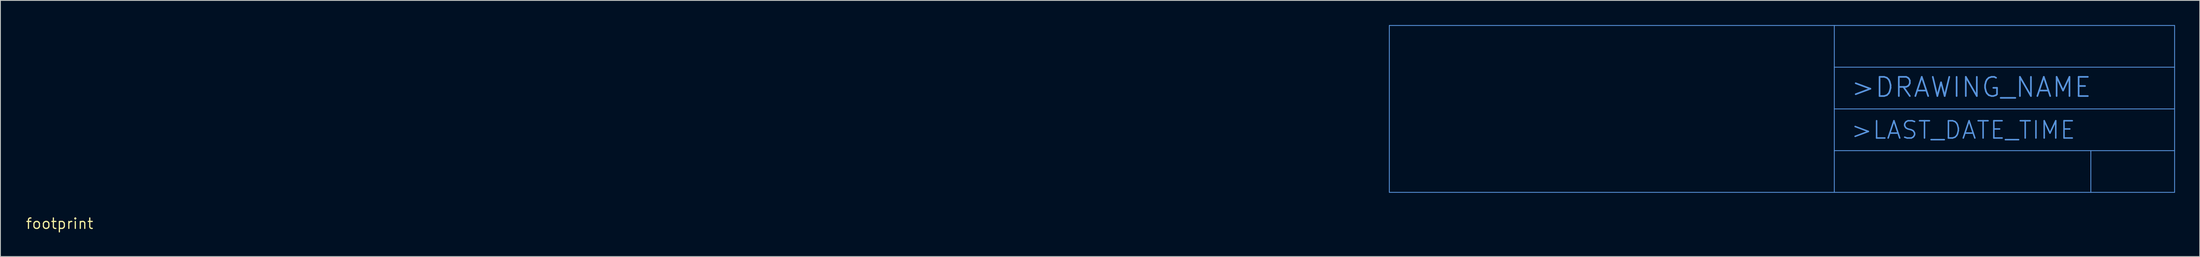
<source format=kicad_pcb>
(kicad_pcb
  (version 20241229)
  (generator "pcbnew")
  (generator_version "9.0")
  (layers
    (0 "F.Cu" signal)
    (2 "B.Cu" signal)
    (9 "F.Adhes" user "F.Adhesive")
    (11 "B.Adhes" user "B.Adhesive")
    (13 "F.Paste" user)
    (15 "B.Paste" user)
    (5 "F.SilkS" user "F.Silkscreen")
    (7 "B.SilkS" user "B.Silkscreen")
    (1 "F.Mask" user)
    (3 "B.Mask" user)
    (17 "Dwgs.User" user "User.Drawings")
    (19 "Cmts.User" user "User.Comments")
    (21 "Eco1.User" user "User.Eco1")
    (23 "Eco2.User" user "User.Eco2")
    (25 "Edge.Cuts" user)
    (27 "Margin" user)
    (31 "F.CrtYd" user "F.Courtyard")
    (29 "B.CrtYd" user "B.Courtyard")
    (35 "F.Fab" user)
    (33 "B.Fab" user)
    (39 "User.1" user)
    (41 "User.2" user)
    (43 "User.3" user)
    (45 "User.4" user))
  (footprint "footprint"
    (layer "F.Cu")
    (at 4.18 24.181)
    (property "Reference" "footprint" (at 0 0 0) (layer "F.SilkS") (effects (font (size 1.27 1.27) (thickness 0.15))))
    (fp_line (start 161.29 -24.13) (end 215.265 -24.13) (stroke (width 0.102) (type solid)) (layer "Cmts.User"))
    (fp_line (start 161.29 -3.81) (end 161.29 -24.13) (stroke (width 0.102) (type solid)) (layer "Cmts.User"))
    (fp_line (start 215.265 -24.13) (end 256.54 -24.13) (stroke (width 0.102) (type solid)) (layer "Cmts.User"))
    (fp_line (start 215.265 -19.05) (end 215.265 -24.13) (stroke (width 0.102) (type solid)) (layer "Cmts.User"))
    (fp_line (start 215.265 -19.05) (end 256.54 -19.05) (stroke (width 0.102) (type solid)) (layer "Cmts.User"))
    (fp_line (start 215.265 -13.97) (end 215.265 -19.05) (stroke (width 0.102) (type solid)) (layer "Cmts.User"))
    (fp_line (start 215.265 -13.97) (end 256.54 -13.97) (stroke (width 0.102) (type solid)) (layer "Cmts.User"))
    (fp_line (start 215.265 -8.89) (end 215.265 -13.97) (stroke (width 0.102) (type solid)) (layer "Cmts.User"))
    (fp_line (start 215.265 -8.89) (end 215.265 -3.81) (stroke (width 0.102) (type solid)) (layer "Cmts.User"))
    (fp_line (start 215.265 -3.81) (end 161.29 -3.81) (stroke (width 0.102) (type solid)) (layer "Cmts.User"))
    (fp_line (start 246.38 -8.89) (end 215.265 -8.89) (stroke (width 0.102) (type solid)) (layer "Cmts.User"))
    (fp_line (start 246.38 -8.89) (end 256.54 -8.89) (stroke (width 0.102) (type solid)) (layer "Cmts.User"))
    (fp_line (start 246.38 -3.81) (end 215.265 -3.81) (stroke (width 0.102) (type solid)) (layer "Cmts.User"))
    (fp_line (start 246.38 -3.81) (end 246.38 -8.89) (stroke (width 0.102) (type solid)) (layer "Cmts.User"))
    (fp_line (start 256.54 -24.13) (end 256.54 -19.05) (stroke (width 0.102) (type solid)) (layer "Cmts.User"))
    (fp_line (start 256.54 -19.05) (end 256.54 -13.97) (stroke (width 0.102) (type solid)) (layer "Cmts.User"))
    (fp_line (start 256.54 -13.97) (end 256.54 -8.89) (stroke (width 0.102) (type solid)) (layer "Cmts.User"))
    (fp_line (start 256.54 -8.89) (end 256.54 -3.81) (stroke (width 0.102) (type solid)) (layer "Cmts.User"))
    (fp_line (start 256.54 -3.81) (end 246.38 -3.81) (stroke (width 0.102) (type solid)) (layer "Cmts.User"))
    (fp_text user ">LAST_DATE_TIME" (at 217.17 -10.16 0) (layer "Cmts.User") (effects (font (size 2.103 2.103) (thickness 0.183)) (justify left bottom)))
    (fp_text user ">DRAWING_NAME" (at 217.17 -15.24 0) (layer "Cmts.User") (effects (font (size 2.337 2.337) (thickness 0.203)) (justify left bottom))))
  (gr_rect
    (start -3 -3)
    (end 263.771 28.187)
    (stroke (width 0.1) (type default))
    (fill no)
    (layer "Edge.Cuts")))
</source>
